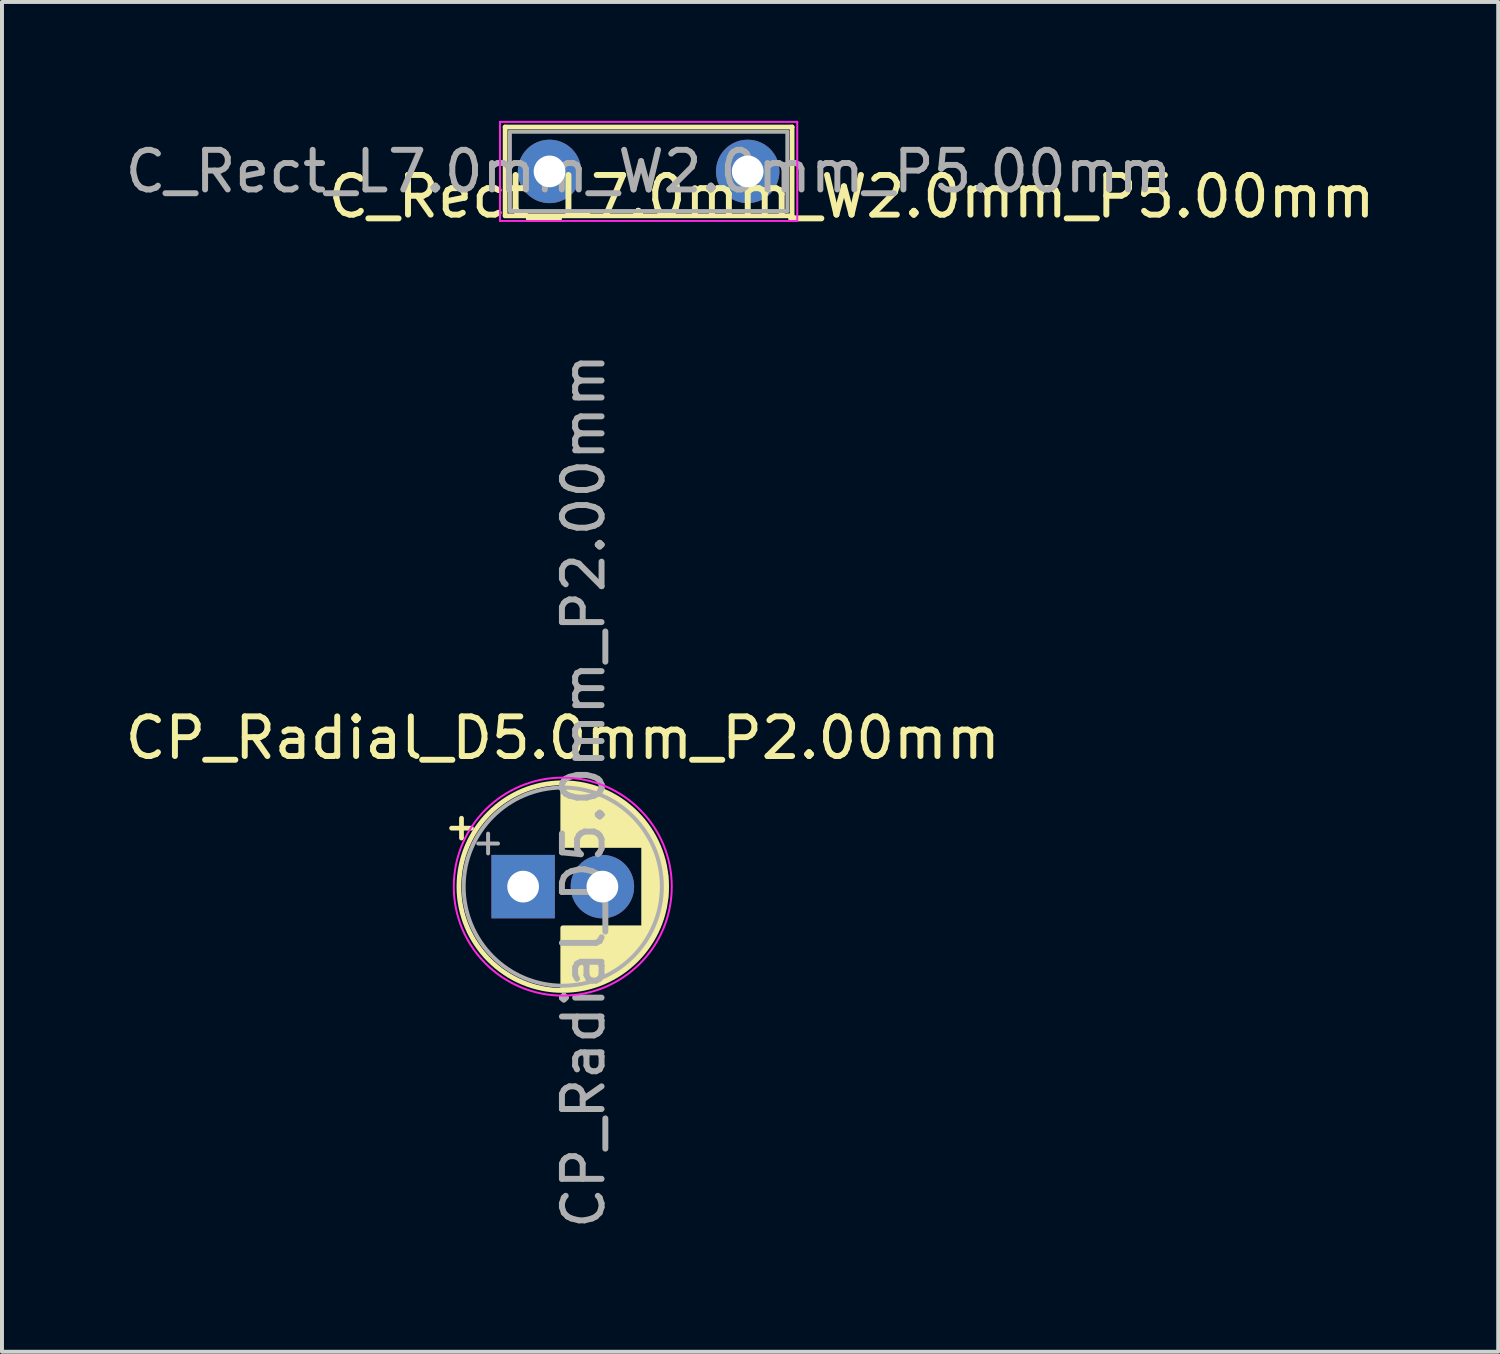
<source format=kicad_pcb>
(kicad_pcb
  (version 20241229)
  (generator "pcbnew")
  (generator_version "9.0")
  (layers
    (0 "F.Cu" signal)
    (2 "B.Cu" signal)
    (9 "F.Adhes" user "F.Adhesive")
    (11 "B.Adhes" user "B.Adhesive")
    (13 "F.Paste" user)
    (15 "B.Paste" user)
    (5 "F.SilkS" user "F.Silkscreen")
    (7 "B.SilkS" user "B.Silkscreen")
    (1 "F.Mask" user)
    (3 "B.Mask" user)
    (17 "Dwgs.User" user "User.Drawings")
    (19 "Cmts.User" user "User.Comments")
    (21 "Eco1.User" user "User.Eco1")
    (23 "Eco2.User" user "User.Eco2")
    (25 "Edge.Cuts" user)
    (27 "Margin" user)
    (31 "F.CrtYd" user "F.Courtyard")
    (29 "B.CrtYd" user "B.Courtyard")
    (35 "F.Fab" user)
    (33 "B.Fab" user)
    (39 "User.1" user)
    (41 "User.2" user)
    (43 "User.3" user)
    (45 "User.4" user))
  (footprint "C_Rect_L7.0mm_W2.0mm_P5.00mm"
    (placed yes)
    (layer "F.Cu")
    (at 10.815 1.275)
    (property "Reference" "C_Rect_L7.0mm_W2.0mm_P5.00mm" (at 7.62 0.635 180) (layer "F.SilkS") (effects (font (size 1 1) (thickness 0.15))))
    (attr through_hole)
    (fp_line (start -1.12 -1.12) (end -1.12 1.12) (stroke (width 0.12) (type solid)) (layer "F.SilkS"))
    (fp_line (start -1.12 -1.12) (end 6.12 -1.12) (stroke (width 0.12) (type solid)) (layer "F.SilkS"))
    (fp_line (start -1.12 1.12) (end 6.12 1.12) (stroke (width 0.12) (type solid)) (layer "F.SilkS"))
    (fp_line (start 6.12 -1.12) (end 6.12 1.12) (stroke (width 0.12) (type solid)) (layer "F.SilkS"))
    (fp_line (start -1.25 -1.25) (end -1.25 1.25) (stroke (width 0.05) (type solid)) (layer "F.CrtYd"))
    (fp_line (start -1.25 1.25) (end 6.25 1.25) (stroke (width 0.05) (type solid)) (layer "F.CrtYd"))
    (fp_line (start 6.25 -1.25) (end -1.25 -1.25) (stroke (width 0.05) (type solid)) (layer "F.CrtYd"))
    (fp_line (start 6.25 1.25) (end 6.25 -1.25) (stroke (width 0.05) (type solid)) (layer "F.CrtYd"))
    (fp_line (start -1 -1) (end -1 1) (stroke (width 0.1) (type solid)) (layer "F.Fab"))
    (fp_line (start -1 1) (end 6 1) (stroke (width 0.1) (type solid)) (layer "F.Fab"))
    (fp_line (start 6 -1) (end -1 -1) (stroke (width 0.1) (type solid)) (layer "F.Fab"))
    (fp_line (start 6 1) (end 6 -1) (stroke (width 0.1) (type solid)) (layer "F.Fab"))
    (fp_text user "${REFERENCE}" (at 2.5 0 180) (layer "F.Fab") (effects (font (size 1 1) (thickness 0.15))))
    (pad "1" thru_hole circle (at 0 0) (size 1.6 1.6) (drill 0.8) (layers "*.Cu" "*.Mask"))
    (pad "2" thru_hole circle (at 5 0) (size 1.6 1.6) (drill 0.8) (layers "*.Cu" "*.Mask")))
  (footprint "CP_Radial_D5.0mm_P2.00mm"
    (layer "F.Cu")
    (at 10.149 19.32)
    (property "Reference" "CP_Radial_D5.0mm_P2.00mm" (at 1 -3.75 180) (layer "F.SilkS") (effects (font (size 1 1) (thickness 0.15))))
    (attr through_hole)
    (fp_line (start -1.805 -1.475) (end -1.305 -1.475) (stroke (width 0.12) (type solid)) (layer "F.SilkS"))
    (fp_line (start -1.555 -1.725) (end -1.555 -1.225) (stroke (width 0.12) (type solid)) (layer "F.SilkS"))
    (fp_line (start 1 -2.58) (end 1 -1.04) (stroke (width 0.12) (type solid)) (layer "F.SilkS"))
    (fp_line (start 1 1.04) (end 1 2.58) (stroke (width 0.12) (type solid)) (layer "F.SilkS"))
    (fp_line (start 1.04 -2.58) (end 1.04 -1.04) (stroke (width 0.12) (type solid)) (layer "F.SilkS"))
    (fp_line (start 1.04 1.04) (end 1.04 2.58) (stroke (width 0.12) (type solid)) (layer "F.SilkS"))
    (fp_line (start 1.08 -2.579) (end 1.08 -1.04) (stroke (width 0.12) (type solid)) (layer "F.SilkS"))
    (fp_line (start 1.08 1.04) (end 1.08 2.579) (stroke (width 0.12) (type solid)) (layer "F.SilkS"))
    (fp_line (start 1.12 -2.578) (end 1.12 -1.04) (stroke (width 0.12) (type solid)) (layer "F.SilkS"))
    (fp_line (start 1.12 1.04) (end 1.12 2.578) (stroke (width 0.12) (type solid)) (layer "F.SilkS"))
    (fp_line (start 1.16 -2.576) (end 1.16 -1.04) (stroke (width 0.12) (type solid)) (layer "F.SilkS"))
    (fp_line (start 1.16 1.04) (end 1.16 2.576) (stroke (width 0.12) (type solid)) (layer "F.SilkS"))
    (fp_line (start 1.2 -2.573) (end 1.2 -1.04) (stroke (width 0.12) (type solid)) (layer "F.SilkS"))
    (fp_line (start 1.2 1.04) (end 1.2 2.573) (stroke (width 0.12) (type solid)) (layer "F.SilkS"))
    (fp_line (start 1.24 -2.569) (end 1.24 -1.04) (stroke (width 0.12) (type solid)) (layer "F.SilkS"))
    (fp_line (start 1.24 1.04) (end 1.24 2.569) (stroke (width 0.12) (type solid)) (layer "F.SilkS"))
    (fp_line (start 1.28 -2.565) (end 1.28 -1.04) (stroke (width 0.12) (type solid)) (layer "F.SilkS"))
    (fp_line (start 1.28 1.04) (end 1.28 2.565) (stroke (width 0.12) (type solid)) (layer "F.SilkS"))
    (fp_line (start 1.32 -2.561) (end 1.32 -1.04) (stroke (width 0.12) (type solid)) (layer "F.SilkS"))
    (fp_line (start 1.32 1.04) (end 1.32 2.561) (stroke (width 0.12) (type solid)) (layer "F.SilkS"))
    (fp_line (start 1.36 -2.556) (end 1.36 -1.04) (stroke (width 0.12) (type solid)) (layer "F.SilkS"))
    (fp_line (start 1.36 1.04) (end 1.36 2.556) (stroke (width 0.12) (type solid)) (layer "F.SilkS"))
    (fp_line (start 1.4 -2.55) (end 1.4 -1.04) (stroke (width 0.12) (type solid)) (layer "F.SilkS"))
    (fp_line (start 1.4 1.04) (end 1.4 2.55) (stroke (width 0.12) (type solid)) (layer "F.SilkS"))
    (fp_line (start 1.44 -2.543) (end 1.44 -1.04) (stroke (width 0.12) (type solid)) (layer "F.SilkS"))
    (fp_line (start 1.44 1.04) (end 1.44 2.543) (stroke (width 0.12) (type solid)) (layer "F.SilkS"))
    (fp_line (start 1.48 -2.536) (end 1.48 -1.04) (stroke (width 0.12) (type solid)) (layer "F.SilkS"))
    (fp_line (start 1.48 1.04) (end 1.48 2.536) (stroke (width 0.12) (type solid)) (layer "F.SilkS"))
    (fp_line (start 1.52 -2.528) (end 1.52 -1.04) (stroke (width 0.12) (type solid)) (layer "F.SilkS"))
    (fp_line (start 1.52 1.04) (end 1.52 2.528) (stroke (width 0.12) (type solid)) (layer "F.SilkS"))
    (fp_line (start 1.56 -2.52) (end 1.56 -1.04) (stroke (width 0.12) (type solid)) (layer "F.SilkS"))
    (fp_line (start 1.56 1.04) (end 1.56 2.52) (stroke (width 0.12) (type solid)) (layer "F.SilkS"))
    (fp_line (start 1.6 -2.511) (end 1.6 -1.04) (stroke (width 0.12) (type solid)) (layer "F.SilkS"))
    (fp_line (start 1.6 1.04) (end 1.6 2.511) (stroke (width 0.12) (type solid)) (layer "F.SilkS"))
    (fp_line (start 1.64 -2.501) (end 1.64 -1.04) (stroke (width 0.12) (type solid)) (layer "F.SilkS"))
    (fp_line (start 1.64 1.04) (end 1.64 2.501) (stroke (width 0.12) (type solid)) (layer "F.SilkS"))
    (fp_line (start 1.68 -2.491) (end 1.68 -1.04) (stroke (width 0.12) (type solid)) (layer "F.SilkS"))
    (fp_line (start 1.68 1.04) (end 1.68 2.491) (stroke (width 0.12) (type solid)) (layer "F.SilkS"))
    (fp_line (start 1.721 -2.48) (end 1.721 -1.04) (stroke (width 0.12) (type solid)) (layer "F.SilkS"))
    (fp_line (start 1.721 1.04) (end 1.721 2.48) (stroke (width 0.12) (type solid)) (layer "F.SilkS"))
    (fp_line (start 1.761 -2.468) (end 1.761 -1.04) (stroke (width 0.12) (type solid)) (layer "F.SilkS"))
    (fp_line (start 1.761 1.04) (end 1.761 2.468) (stroke (width 0.12) (type solid)) (layer "F.SilkS"))
    (fp_line (start 1.801 -2.455) (end 1.801 -1.04) (stroke (width 0.12) (type solid)) (layer "F.SilkS"))
    (fp_line (start 1.801 1.04) (end 1.801 2.455) (stroke (width 0.12) (type solid)) (layer "F.SilkS"))
    (fp_line (start 1.841 -2.442) (end 1.841 -1.04) (stroke (width 0.12) (type solid)) (layer "F.SilkS"))
    (fp_line (start 1.841 1.04) (end 1.841 2.442) (stroke (width 0.12) (type solid)) (layer "F.SilkS"))
    (fp_line (start 1.881 -2.428) (end 1.881 -1.04) (stroke (width 0.12) (type solid)) (layer "F.SilkS"))
    (fp_line (start 1.881 1.04) (end 1.881 2.428) (stroke (width 0.12) (type solid)) (layer "F.SilkS"))
    (fp_line (start 1.921 -2.414) (end 1.921 -1.04) (stroke (width 0.12) (type solid)) (layer "F.SilkS"))
    (fp_line (start 1.921 1.04) (end 1.921 2.414) (stroke (width 0.12) (type solid)) (layer "F.SilkS"))
    (fp_line (start 1.961 -2.398) (end 1.961 -1.04) (stroke (width 0.12) (type solid)) (layer "F.SilkS"))
    (fp_line (start 1.961 1.04) (end 1.961 2.398) (stroke (width 0.12) (type solid)) (layer "F.SilkS"))
    (fp_line (start 2.001 -2.382) (end 2.001 -1.04) (stroke (width 0.12) (type solid)) (layer "F.SilkS"))
    (fp_line (start 2.001 1.04) (end 2.001 2.382) (stroke (width 0.12) (type solid)) (layer "F.SilkS"))
    (fp_line (start 2.041 -2.365) (end 2.041 -1.04) (stroke (width 0.12) (type solid)) (layer "F.SilkS"))
    (fp_line (start 2.041 1.04) (end 2.041 2.365) (stroke (width 0.12) (type solid)) (layer "F.SilkS"))
    (fp_line (start 2.081 -2.348) (end 2.081 -1.04) (stroke (width 0.12) (type solid)) (layer "F.SilkS"))
    (fp_line (start 2.081 1.04) (end 2.081 2.348) (stroke (width 0.12) (type solid)) (layer "F.SilkS"))
    (fp_line (start 2.121 -2.329) (end 2.121 -1.04) (stroke (width 0.12) (type solid)) (layer "F.SilkS"))
    (fp_line (start 2.121 1.04) (end 2.121 2.329) (stroke (width 0.12) (type solid)) (layer "F.SilkS"))
    (fp_line (start 2.161 -2.31) (end 2.161 -1.04) (stroke (width 0.12) (type solid)) (layer "F.SilkS"))
    (fp_line (start 2.161 1.04) (end 2.161 2.31) (stroke (width 0.12) (type solid)) (layer "F.SilkS"))
    (fp_line (start 2.201 -2.29) (end 2.201 -1.04) (stroke (width 0.12) (type solid)) (layer "F.SilkS"))
    (fp_line (start 2.201 1.04) (end 2.201 2.29) (stroke (width 0.12) (type solid)) (layer "F.SilkS"))
    (fp_line (start 2.241 -2.268) (end 2.241 -1.04) (stroke (width 0.12) (type solid)) (layer "F.SilkS"))
    (fp_line (start 2.241 1.04) (end 2.241 2.268) (stroke (width 0.12) (type solid)) (layer "F.SilkS"))
    (fp_line (start 2.281 -2.247) (end 2.281 -1.04) (stroke (width 0.12) (type solid)) (layer "F.SilkS"))
    (fp_line (start 2.281 1.04) (end 2.281 2.247) (stroke (width 0.12) (type solid)) (layer "F.SilkS"))
    (fp_line (start 2.321 -2.224) (end 2.321 -1.04) (stroke (width 0.12) (type solid)) (layer "F.SilkS"))
    (fp_line (start 2.321 1.04) (end 2.321 2.224) (stroke (width 0.12) (type solid)) (layer "F.SilkS"))
    (fp_line (start 2.361 -2.2) (end 2.361 -1.04) (stroke (width 0.12) (type solid)) (layer "F.SilkS"))
    (fp_line (start 2.361 1.04) (end 2.361 2.2) (stroke (width 0.12) (type solid)) (layer "F.SilkS"))
    (fp_line (start 2.401 -2.175) (end 2.401 -1.04) (stroke (width 0.12) (type solid)) (layer "F.SilkS"))
    (fp_line (start 2.401 1.04) (end 2.401 2.175) (stroke (width 0.12) (type solid)) (layer "F.SilkS"))
    (fp_line (start 2.441 -2.149) (end 2.441 -1.04) (stroke (width 0.12) (type solid)) (layer "F.SilkS"))
    (fp_line (start 2.441 1.04) (end 2.441 2.149) (stroke (width 0.12) (type solid)) (layer "F.SilkS"))
    (fp_line (start 2.481 -2.122) (end 2.481 -1.04) (stroke (width 0.12) (type solid)) (layer "F.SilkS"))
    (fp_line (start 2.481 1.04) (end 2.481 2.122) (stroke (width 0.12) (type solid)) (layer "F.SilkS"))
    (fp_line (start 2.521 -2.095) (end 2.521 -1.04) (stroke (width 0.12) (type solid)) (layer "F.SilkS"))
    (fp_line (start 2.521 1.04) (end 2.521 2.095) (stroke (width 0.12) (type solid)) (layer "F.SilkS"))
    (fp_line (start 2.561 -2.065) (end 2.561 -1.04) (stroke (width 0.12) (type solid)) (layer "F.SilkS"))
    (fp_line (start 2.561 1.04) (end 2.561 2.065) (stroke (width 0.12) (type solid)) (layer "F.SilkS"))
    (fp_line (start 2.601 -2.035) (end 2.601 -1.04) (stroke (width 0.12) (type solid)) (layer "F.SilkS"))
    (fp_line (start 2.601 1.04) (end 2.601 2.035) (stroke (width 0.12) (type solid)) (layer "F.SilkS"))
    (fp_line (start 2.641 -2.004) (end 2.641 -1.04) (stroke (width 0.12) (type solid)) (layer "F.SilkS"))
    (fp_line (start 2.641 1.04) (end 2.641 2.004) (stroke (width 0.12) (type solid)) (layer "F.SilkS"))
    (fp_line (start 2.681 -1.971) (end 2.681 -1.04) (stroke (width 0.12) (type solid)) (layer "F.SilkS"))
    (fp_line (start 2.681 1.04) (end 2.681 1.971) (stroke (width 0.12) (type solid)) (layer "F.SilkS"))
    (fp_line (start 2.721 -1.937) (end 2.721 -1.04) (stroke (width 0.12) (type solid)) (layer "F.SilkS"))
    (fp_line (start 2.721 1.04) (end 2.721 1.937) (stroke (width 0.12) (type solid)) (layer "F.SilkS"))
    (fp_line (start 2.761 -1.901) (end 2.761 -1.04) (stroke (width 0.12) (type solid)) (layer "F.SilkS"))
    (fp_line (start 2.761 1.04) (end 2.761 1.901) (stroke (width 0.12) (type solid)) (layer "F.SilkS"))
    (fp_line (start 2.801 -1.864) (end 2.801 -1.04) (stroke (width 0.12) (type solid)) (layer "F.SilkS"))
    (fp_line (start 2.801 1.04) (end 2.801 1.864) (stroke (width 0.12) (type solid)) (layer "F.SilkS"))
    (fp_line (start 2.841 -1.826) (end 2.841 -1.04) (stroke (width 0.12) (type solid)) (layer "F.SilkS"))
    (fp_line (start 2.841 1.04) (end 2.841 1.826) (stroke (width 0.12) (type solid)) (layer "F.SilkS"))
    (fp_line (start 2.881 -1.785) (end 2.881 -1.04) (stroke (width 0.12) (type solid)) (layer "F.SilkS"))
    (fp_line (start 2.881 1.04) (end 2.881 1.785) (stroke (width 0.12) (type solid)) (layer "F.SilkS"))
    (fp_line (start 2.921 -1.743) (end 2.921 -1.04) (stroke (width 0.12) (type solid)) (layer "F.SilkS"))
    (fp_line (start 2.921 1.04) (end 2.921 1.743) (stroke (width 0.12) (type solid)) (layer "F.SilkS"))
    (fp_line (start 2.961 -1.699) (end 2.961 -1.04) (stroke (width 0.12) (type solid)) (layer "F.SilkS"))
    (fp_line (start 2.961 1.04) (end 2.961 1.699) (stroke (width 0.12) (type solid)) (layer "F.SilkS"))
    (fp_line (start 3.001 -1.653) (end 3.001 -1.04) (stroke (width 0.12) (type solid)) (layer "F.SilkS"))
    (fp_line (start 3.001 1.04) (end 3.001 1.653) (stroke (width 0.12) (type solid)) (layer "F.SilkS"))
    (fp_line (start 3.041 -1.605) (end 3.041 1.605) (stroke (width 0.12) (type solid)) (layer "F.SilkS"))
    (fp_line (start 3.081 -1.554) (end 3.081 1.554) (stroke (width 0.12) (type solid)) (layer "F.SilkS"))
    (fp_line (start 3.121 -1.5) (end 3.121 1.5) (stroke (width 0.12) (type solid)) (layer "F.SilkS"))
    (fp_line (start 3.161 -1.443) (end 3.161 1.443) (stroke (width 0.12) (type solid)) (layer "F.SilkS"))
    (fp_line (start 3.201 -1.383) (end 3.201 1.383) (stroke (width 0.12) (type solid)) (layer "F.SilkS"))
    (fp_line (start 3.241 -1.319) (end 3.241 1.319) (stroke (width 0.12) (type solid)) (layer "F.SilkS"))
    (fp_line (start 3.281 -1.251) (end 3.281 1.251) (stroke (width 0.12) (type solid)) (layer "F.SilkS"))
    (fp_line (start 3.321 -1.178) (end 3.321 1.178) (stroke (width 0.12) (type solid)) (layer "F.SilkS"))
    (fp_line (start 3.361 -1.098) (end 3.361 1.098) (stroke (width 0.12) (type solid)) (layer "F.SilkS"))
    (fp_line (start 3.401 -1.011) (end 3.401 1.011) (stroke (width 0.12) (type solid)) (layer "F.SilkS"))
    (fp_line (start 3.441 -0.915) (end 3.441 0.915) (stroke (width 0.12) (type solid)) (layer "F.SilkS"))
    (fp_line (start 3.481 -0.805) (end 3.481 0.805) (stroke (width 0.12) (type solid)) (layer "F.SilkS"))
    (fp_line (start 3.521 -0.677) (end 3.521 0.677) (stroke (width 0.12) (type solid)) (layer "F.SilkS"))
    (fp_line (start 3.561 -0.518) (end 3.561 0.518) (stroke (width 0.12) (type solid)) (layer "F.SilkS"))
    (fp_line (start 3.601 -0.284) (end 3.601 0.284) (stroke (width 0.12) (type solid)) (layer "F.SilkS"))
    (fp_circle (center 1 0) (end 3.62 0) (stroke (width 0.12) (type solid)) (fill no) (layer "F.SilkS"))
    (fp_circle (center 1 0) (end 3.75 0) (stroke (width 0.05) (type solid)) (fill no) (layer "F.CrtYd"))
    (fp_line (start -1.134 -1.087) (end -0.634 -1.087) (stroke (width 0.1) (type solid)) (layer "F.Fab"))
    (fp_line (start -0.884 -1.337) (end -0.884 -0.838) (stroke (width 0.1) (type solid)) (layer "F.Fab"))
    (fp_circle (center 1 0) (end 3.5 0) (stroke (width 0.1) (type solid)) (fill no) (layer "F.Fab"))
    (fp_text user "${REFERENCE}" (at 1.524 -2.413 270) (layer "F.Fab") (effects (font (size 1 1) (thickness 0.15))))
    (pad "1" thru_hole rect (at 0 0) (size 1.6 1.6) (drill 0.8) (layers "*.Cu" "*.Mask"))
    (pad "2" thru_hole circle (at 2 0) (size 1.6 1.6) (drill 0.8) (layers "*.Cu" "*.Mask")))
  (gr_rect
    (start -3 -3)
    (end 34.751 31.056)
    (stroke (width 0.1) (type default))
    (fill no)
    (layer "Edge.Cuts")))
</source>
